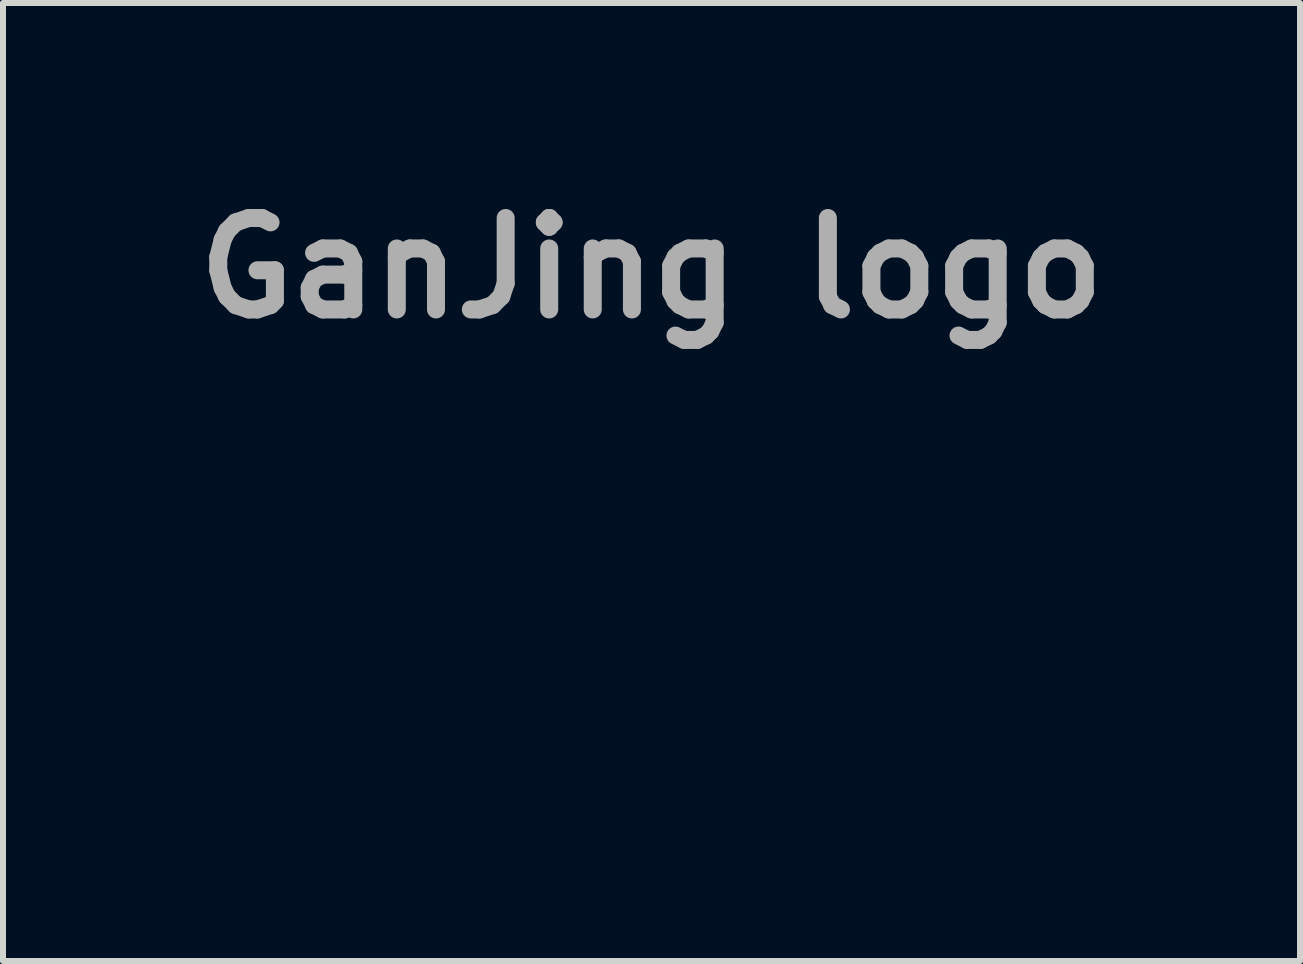
<source format=kicad_pcb>
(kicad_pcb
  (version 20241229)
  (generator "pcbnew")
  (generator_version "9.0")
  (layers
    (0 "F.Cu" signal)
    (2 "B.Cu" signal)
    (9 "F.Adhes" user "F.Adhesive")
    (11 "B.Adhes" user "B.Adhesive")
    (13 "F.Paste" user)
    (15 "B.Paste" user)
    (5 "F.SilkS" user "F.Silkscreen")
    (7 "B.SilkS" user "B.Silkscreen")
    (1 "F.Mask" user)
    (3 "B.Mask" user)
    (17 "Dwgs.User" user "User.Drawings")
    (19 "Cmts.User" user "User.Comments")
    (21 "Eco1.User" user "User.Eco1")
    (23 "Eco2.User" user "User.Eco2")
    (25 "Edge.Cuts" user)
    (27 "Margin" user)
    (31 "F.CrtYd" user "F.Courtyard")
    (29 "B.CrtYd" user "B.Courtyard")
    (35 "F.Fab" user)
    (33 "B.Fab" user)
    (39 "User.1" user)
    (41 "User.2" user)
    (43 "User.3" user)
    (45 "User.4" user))
  (footprint "GanJing logo"
    (layer "F.Cu")
    (at 7.809 6.752)
    (property "Reference" "GanJing logo" (at 0 -5.334 0) (layer "F.Fab") (effects (font (size 1.524 1.524) (thickness 0.3))))
    (attr through_hole)
    (fp_poly (pts (xy 2.287 -0.125) (xy 2.287 -0.117) (xy 2.274 -0.101) (xy 2.254 -0.082) (xy 2.241 -0.076) (xy 2.232 -0.086) (xy 2.23 -0.101) (xy 2.237 -0.12) (xy 2.261 -0.126) (xy 2.264 -0.126) (xy 2.287 -0.125)) (stroke (width 0.01) (type solid)) (fill yes) (layer "F.Mask"))
    (fp_poly (pts (xy 2.415 -0.156) (xy 2.402 -0.128) (xy 2.38 -0.092) (xy 2.354 -0.054) (xy 2.328 -0.019) (xy 2.325 -0.016) (xy 2.292 0.02) (xy 2.273 0.036) (xy 2.268 0.034) (xy 2.277 0.016) (xy 2.299 -0.019) (xy 2.333 -0.067) (xy 2.334 -0.068) (xy 2.367 -0.111) (xy 2.394 -0.145) (xy 2.411 -0.165) (xy 2.417 -0.17) (xy 2.415 -0.156)) (stroke (width 0.01) (type solid)) (fill yes) (layer "F.Mask"))
    (fp_poly (pts (xy 5.158 -2.736) (xy 5.237 -2.703) (xy 5.301 -2.652) (xy 5.348 -2.583) (xy 5.354 -2.568) (xy 5.373 -2.494) (xy 5.37 -2.418) (xy 5.345 -2.346) (xy 5.301 -2.281) (xy 5.239 -2.227) (xy 5.191 -2.201) (xy 5.144 -2.186) (xy 5.08 -2.176) (xy 5.006 -2.171) (xy 4.93 -2.171) (xy 4.86 -2.176) (xy 4.818 -2.184) (xy 4.777 -2.195) (xy 4.746 -2.207) (xy 4.736 -2.213) (xy 4.713 -2.227) (xy 4.679 -2.244) (xy 4.669 -2.248) (xy 4.625 -2.27) (xy 4.582 -2.297) (xy 4.577 -2.3) (xy 4.549 -2.327) (xy 4.537 -2.355) (xy 4.536 -2.38) (xy 4.545 -2.432) (xy 4.569 -2.493) (xy 4.605 -2.556) (xy 4.649 -2.613) (xy 4.672 -2.636) (xy 4.709 -2.667) (xy 4.745 -2.689) (xy 4.791 -2.707) (xy 4.835 -2.72) (xy 4.956 -2.744) (xy 5.064 -2.75) (xy 5.158 -2.736)) (stroke (width 0.01) (type solid)) (fill yes) (layer "F.Mask"))
    (fp_poly (pts (xy 4.077 -2.674) (xy 4.108 -2.659) (xy 4.14 -2.631) (xy 4.146 -2.624) (xy 4.182 -2.578) (xy 4.206 -2.525) (xy 4.223 -2.458) (xy 4.229 -2.413) (xy 4.237 -2.368) (xy 4.249 -2.328) (xy 4.254 -2.316) (xy 4.267 -2.28) (xy 4.271 -2.251) (xy 4.278 -2.221) (xy 4.29 -2.205) (xy 4.306 -2.183) (xy 4.321 -2.149) (xy 4.323 -2.142) (xy 4.33 -2.113) (xy 4.328 -2.086) (xy 4.316 -2.053) (xy 4.304 -2.027) (xy 4.247 -1.931) (xy 4.172 -1.853) (xy 4.079 -1.792) (xy 3.967 -1.745) (xy 3.966 -1.745) (xy 3.884 -1.722) (xy 3.819 -1.71) (xy 3.766 -1.708) (xy 3.724 -1.715) (xy 3.651 -1.743) (xy 3.591 -1.789) (xy 3.545 -1.854) (xy 3.511 -1.94) (xy 3.488 -2.047) (xy 3.484 -2.08) (xy 3.485 -2.169) (xy 3.503 -2.264) (xy 3.537 -2.358) (xy 3.584 -2.445) (xy 3.637 -2.512) (xy 3.711 -2.575) (xy 3.796 -2.626) (xy 3.885 -2.662) (xy 3.973 -2.68) (xy 4.035 -2.68) (xy 4.077 -2.674)) (stroke (width 0.01) (type solid)) (fill yes) (layer "F.Mask"))
    (fp_poly (pts (xy 1.002 -1.568) (xy 1.062 -1.545) (xy 1.11 -1.506) (xy 1.148 -1.449) (xy 1.177 -1.372) (xy 1.197 -1.273) (xy 1.209 -1.153) (xy 1.215 -1.088) (xy 1.221 -1.029) (xy 1.227 -0.983) (xy 1.233 -0.955) (xy 1.234 -0.953) (xy 1.244 -0.915) (xy 1.247 -0.886) (xy 1.252 -0.858) (xy 1.263 -0.816) (xy 1.278 -0.768) (xy 1.28 -0.764) (xy 1.299 -0.705) (xy 1.306 -0.657) (xy 1.3 -0.611) (xy 1.282 -0.558) (xy 1.265 -0.521) (xy 1.208 -0.429) (xy 1.133 -0.349) (xy 1.044 -0.284) (xy 0.944 -0.236) (xy 0.838 -0.208) (xy 0.731 -0.201) (xy 0.705 -0.203) (xy 0.604 -0.225) (xy 0.518 -0.267) (xy 0.446 -0.33) (xy 0.392 -0.411) (xy 0.362 -0.483) (xy 0.35 -0.526) (xy 0.342 -0.567) (xy 0.337 -0.612) (xy 0.335 -0.669) (xy 0.335 -0.743) (xy 0.341 -0.878) (xy 0.358 -0.993) (xy 0.387 -1.095) (xy 0.431 -1.187) (xy 0.491 -1.275) (xy 0.569 -1.364) (xy 0.584 -1.379) (xy 0.668 -1.456) (xy 0.743 -1.513) (xy 0.813 -1.551) (xy 0.88 -1.571) (xy 0.929 -1.575) (xy 1.002 -1.568)) (stroke (width 0.01) (type solid)) (fill yes) (layer "F.Mask"))
    (fp_poly (pts (xy 1.926 -3.083) (xy 2.027 -3.063) (xy 2.087 -3.045) (xy 2.158 -3.019) (xy 2.233 -2.988) (xy 2.304 -2.955) (xy 2.365 -2.924) (xy 2.404 -2.9) (xy 2.436 -2.864) (xy 2.463 -2.81) (xy 2.483 -2.745) (xy 2.495 -2.675) (xy 2.498 -2.606) (xy 2.491 -2.546) (xy 2.479 -2.512) (xy 2.448 -2.469) (xy 2.402 -2.425) (xy 2.352 -2.388) (xy 2.326 -2.374) (xy 2.302 -2.365) (xy 2.257 -2.351) (xy 2.198 -2.332) (xy 2.129 -2.312) (xy 2.063 -2.293) (xy 1.978 -2.268) (xy 1.902 -2.243) (xy 1.838 -2.22) (xy 1.791 -2.2) (xy 1.776 -2.192) (xy 1.736 -2.171) (xy 1.7 -2.158) (xy 1.683 -2.154) (xy 1.664 -2.158) (xy 1.654 -2.173) (xy 1.647 -2.206) (xy 1.646 -2.211) (xy 1.635 -2.263) (xy 1.613 -2.314) (xy 1.579 -2.37) (xy 1.53 -2.435) (xy 1.512 -2.457) (xy 1.454 -2.53) (xy 1.415 -2.591) (xy 1.393 -2.641) (xy 1.386 -2.681) (xy 1.393 -2.72) (xy 1.413 -2.77) (xy 1.442 -2.828) (xy 1.477 -2.885) (xy 1.513 -2.935) (xy 1.536 -2.961) (xy 1.617 -3.025) (xy 1.709 -3.067) (xy 1.812 -3.086) (xy 1.926 -3.083)) (stroke (width 0.01) (type solid)) (fill yes) (layer "F.Mask"))
    (fp_poly (pts (xy 6.103 -4.118) (xy 6.158 -4.091) (xy 6.198 -4.061) (xy 6.239 -4.013) (xy 6.273 -3.951) (xy 6.294 -3.884) (xy 6.3 -3.838) (xy 6.29 -3.759) (xy 6.262 -3.687) (xy 6.22 -3.624) (xy 6.166 -3.578) (xy 6.112 -3.553) (xy 6.076 -3.546) (xy 6.045 -3.547) (xy 6.007 -3.557) (xy 5.986 -3.565) (xy 5.842 -3.607) (xy 5.69 -3.63) (xy 5.529 -3.635) (xy 5.355 -3.621) (xy 5.166 -3.588) (xy 5.143 -3.583) (xy 4.957 -3.534) (xy 4.758 -3.469) (xy 4.549 -3.387) (xy 4.336 -3.292) (xy 4.121 -3.185) (xy 4.032 -3.137) (xy 3.931 -3.082) (xy 3.838 -3.032) (xy 3.753 -2.987) (xy 3.682 -2.95) (xy 3.626 -2.922) (xy 3.589 -2.905) (xy 3.589 -2.905) (xy 3.558 -2.894) (xy 3.54 -2.895) (xy 3.521 -2.911) (xy 3.516 -2.916) (xy 3.498 -2.94) (xy 3.494 -2.958) (xy 3.495 -2.958) (xy 3.51 -2.972) (xy 3.543 -2.997) (xy 3.59 -3.03) (xy 3.647 -3.069) (xy 3.711 -3.111) (xy 3.779 -3.154) (xy 3.846 -3.195) (xy 3.879 -3.215) (xy 3.965 -3.265) (xy 4.07 -3.321) (xy 4.187 -3.382) (xy 4.311 -3.445) (xy 4.437 -3.506) (xy 4.559 -3.563) (xy 4.672 -3.614) (xy 4.674 -3.615) (xy 4.747 -3.647) (xy 4.834 -3.686) (xy 4.929 -3.729) (xy 5.023 -3.771) (xy 5.096 -3.805) (xy 5.23 -3.866) (xy 5.343 -3.918) (xy 5.439 -3.961) (xy 5.52 -3.996) (xy 5.588 -4.025) (xy 5.646 -4.048) (xy 5.698 -4.066) (xy 5.744 -4.081) (xy 5.789 -4.093) (xy 5.834 -4.104) (xy 5.877 -4.113) (xy 5.967 -4.128) (xy 6.041 -4.13) (xy 6.103 -4.118)) (stroke (width 0.01) (type solid)) (fill yes) (layer "F.Mask"))
    (fp_poly (pts (xy 2.163 0.033) (xy 2.151 0.063) (xy 2.131 0.099) (xy 2.104 0.134) (xy 2.09 0.149) (xy 2.047 0.192) (xy 2.1 0.165) (xy 2.133 0.149) (xy 2.155 0.14) (xy 2.159 0.139) (xy 2.157 0.149) (xy 2.145 0.18) (xy 2.124 0.226) (xy 2.097 0.286) (xy 2.064 0.356) (xy 2.026 0.434) (xy 1.986 0.515) (xy 1.945 0.598) (xy 1.922 0.643) (xy 1.848 0.795) (xy 1.79 0.933) (xy 1.748 1.059) (xy 1.72 1.177) (xy 1.705 1.29) (xy 1.703 1.401) (xy 1.703 1.41) (xy 1.706 1.459) (xy 1.71 1.498) (xy 1.72 1.534) (xy 1.736 1.574) (xy 1.76 1.627) (xy 1.772 1.651) (xy 1.824 1.762) (xy 1.862 1.856) (xy 1.885 1.934) (xy 1.894 1.999) (xy 1.895 2.01) (xy 1.886 2.071) (xy 1.861 2.142) (xy 1.822 2.216) (xy 1.775 2.289) (xy 1.721 2.353) (xy 1.666 2.404) (xy 1.619 2.433) (xy 1.555 2.451) (xy 1.481 2.455) (xy 1.406 2.444) (xy 1.371 2.433) (xy 1.274 2.381) (xy 1.184 2.306) (xy 1.102 2.207) (xy 1.027 2.086) (xy 1.008 2.047) (xy 0.964 1.949) (xy 0.93 1.849) (xy 0.902 1.74) (xy 0.879 1.614) (xy 0.876 1.594) (xy 0.864 1.502) (xy 0.858 1.431) (xy 0.859 1.376) (xy 0.867 1.334) (xy 0.882 1.301) (xy 0.882 1.301) (xy 0.901 1.272) (xy 0.916 1.262) (xy 0.937 1.271) (xy 0.958 1.286) (xy 0.995 1.308) (xy 1.043 1.333) (xy 1.092 1.355) (xy 1.135 1.37) (xy 1.155 1.376) (xy 1.166 1.374) (xy 1.178 1.366) (xy 1.194 1.349) (xy 1.215 1.32) (xy 1.244 1.277) (xy 1.282 1.217) (xy 1.33 1.139) (xy 1.345 1.114) (xy 1.459 0.932) (xy 1.569 0.76) (xy 1.673 0.602) (xy 1.77 0.461) (xy 1.859 0.338) (xy 1.872 0.321) (xy 1.915 0.266) (xy 1.963 0.209) (xy 2.011 0.154) (xy 2.057 0.104) (xy 2.098 0.062) (xy 2.131 0.032) (xy 2.153 0.016) (xy 2.161 0.015) (xy 2.163 0.033)) (stroke (width 0.01) (type solid)) (fill yes) (layer "F.Mask"))
    (fp_poly (pts (xy -1.905 -2.003) (xy -1.864 -1.992) (xy -1.771 -1.953) (xy -1.699 -1.9) (xy -1.649 -1.836) (xy -1.62 -1.759) (xy -1.614 -1.671) (xy -1.618 -1.632) (xy -1.622 -1.611) (xy -1.628 -1.594) (xy -1.639 -1.577) (xy -1.658 -1.558) (xy -1.689 -1.534) (xy -1.735 -1.502) (xy -1.798 -1.459) (xy -1.8 -1.457) (xy -2.114 -1.237) (xy -2.408 -1.017) (xy -2.686 -0.792) (xy -2.954 -0.558) (xy -3.217 -0.312) (xy -3.314 -0.217) (xy -3.393 -0.137) (xy -3.456 -0.074) (xy -3.504 -0.025) (xy -3.537 0.011) (xy -3.558 0.036) (xy -3.567 0.051) (xy -3.566 0.057) (xy -3.559 0.057) (xy -3.514 0.043) (xy -3.453 0.016) (xy -3.378 -0.021) (xy -3.295 -0.066) (xy -3.206 -0.118) (xy -3.162 -0.145) (xy -3.016 -0.231) (xy -2.875 -0.305) (xy -2.741 -0.365) (xy -2.617 -0.41) (xy -2.505 -0.44) (xy -2.408 -0.453) (xy -2.387 -0.454) (xy -2.344 -0.451) (xy -2.315 -0.442) (xy -2.288 -0.421) (xy -2.282 -0.416) (xy -2.249 -0.367) (xy -2.228 -0.299) (xy -2.219 -0.211) (xy -2.219 -0.138) (xy -2.223 -0.081) (xy -2.229 -0.041) (xy -2.241 -0.007) (xy -2.261 0.031) (xy -2.268 0.043) (xy -2.306 0.098) (xy -2.36 0.162) (xy -2.426 0.232) (xy -2.498 0.301) (xy -2.56 0.356) (xy -2.606 0.401) (xy -2.66 0.466) (xy -2.719 0.545) (xy -2.78 0.636) (xy -2.842 0.733) (xy -2.902 0.834) (xy -2.957 0.933) (xy -3.006 1.028) (xy -3.044 1.114) (xy -3.066 1.172) (xy -3.095 1.279) (xy -3.113 1.389) (xy -3.121 1.495) (xy -3.115 1.589) (xy -3.114 1.601) (xy -3.088 1.701) (xy -3.047 1.785) (xy -2.988 1.852) (xy -2.912 1.904) (xy -2.817 1.941) (xy -2.702 1.965) (xy -2.589 1.975) (xy -2.518 1.977) (xy -2.463 1.976) (xy -2.413 1.971) (xy -2.36 1.961) (xy -2.301 1.948) (xy -2.126 1.899) (xy -1.973 1.844) (xy -1.842 1.782) (xy -1.735 1.714) (xy -1.652 1.64) (xy -1.636 1.62) (xy -1.592 1.555) (xy -1.557 1.477) (xy -1.534 1.399) (xy -1.531 1.379) (xy -1.53 1.314) (xy -1.54 1.235) (xy -1.561 1.152) (xy -1.589 1.072) (xy -1.594 1.061) (xy -1.627 0.987) (xy -1.602 0.919) (xy -1.546 0.742) (xy -1.511 0.571) (xy -1.495 0.4) (xy -1.494 0.357) (xy -1.493 0.304) (xy -1.492 0.263) (xy -1.491 0.237) (xy -1.49 0.232) (xy -1.483 0.244) (xy -1.468 0.274) (xy -1.447 0.316) (xy -1.43 0.351) (xy -1.367 0.47) (xy -1.301 0.572) (xy -1.224 0.667) (xy -1.189 0.706) (xy -1.107 0.792) (xy -1.111 1.092) (xy -1.112 1.188) (xy -1.114 1.261) (xy -1.116 1.318) (xy -1.119 1.36) (xy -1.123 1.392) (xy -1.129 1.417) (xy -1.136 1.439) (xy -1.145 1.462) (xy -1.208 1.581) (xy -1.292 1.702) (xy -1.394 1.82) (xy -1.509 1.933) (xy -1.635 2.036) (xy -1.764 2.124) (xy -1.965 2.234) (xy -2.166 2.319) (xy -2.367 2.381) (xy -2.571 2.417) (xy -2.777 2.431) (xy -2.801 2.431) (xy -2.881 2.429) (xy -2.945 2.425) (xy -2.999 2.418) (xy -3.054 2.406) (xy -3.081 2.399) (xy -3.183 2.366) (xy -3.283 2.324) (xy -3.377 2.276) (xy -3.457 2.225) (xy -3.514 2.178) (xy -3.585 2.092) (xy -3.634 1.996) (xy -3.66 1.894) (xy -3.663 1.866) (xy -3.664 1.771) (xy -3.652 1.658) (xy -3.631 1.533) (xy -3.6 1.401) (xy -3.561 1.266) (xy -3.539 1.201) (xy -3.517 1.143) (xy -3.489 1.072) (xy -3.457 0.995) (xy -3.422 0.915) (xy -3.388 0.837) (xy -3.355 0.765) (xy -3.326 0.705) (xy -3.303 0.66) (xy -3.292 0.641) (xy -3.277 0.613) (xy -3.259 0.573) (xy -3.241 0.527) (xy -3.225 0.481) (xy -3.212 0.441) (xy -3.206 0.413) (xy -3.207 0.405) (xy -3.224 0.404) (xy -3.26 0.416) (xy -3.31 0.44) (xy -3.371 0.474) (xy -3.442 0.517) (xy -3.52 0.566) (xy -3.6 0.62) (xy -3.661 0.663) (xy -3.794 0.755) (xy -3.927 0.837) (xy -4.055 0.908) (xy -4.174 0.965) (xy -4.283 1.007) (xy -4.344 1.026) (xy -4.428 1.043) (xy -4.502 1.052) (xy -4.563 1.054) (xy -4.606 1.046) (xy -4.618 1.04) (xy -4.635 1.025) (xy -4.645 1.004) (xy -4.647 0.974) (xy -4.642 0.933) (xy -4.629 0.877) (xy -4.607 0.803) (xy -4.577 0.709) (xy -4.577 0.708) (xy -4.551 0.63) (xy -4.531 0.573) (xy -4.516 0.533) (xy -4.503 0.506) (xy -4.491 0.488) (xy -4.477 0.476) (xy -4.461 0.467) (xy -4.458 0.465) (xy -4.414 0.448) (xy -4.365 0.435) (xy -4.357 0.433) (xy -4.303 0.419) (xy -4.235 0.391) (xy -4.16 0.354) (xy -4.084 0.31) (xy -4.012 0.263) (xy -3.975 0.235) (xy -3.945 0.209) (xy -3.9 0.168) (xy -3.843 0.113) (xy -3.774 0.046) (xy -3.696 -0.029) (xy -3.613 -0.112) (xy -3.525 -0.199) (xy -3.445 -0.279) (xy -3.322 -0.405) (xy -3.204 -0.526) (xy -3.093 -0.642) (xy -2.991 -0.75) (xy -2.898 -0.851) (xy -2.816 -0.942) (xy -2.746 -1.021) (xy -2.689 -1.089) (xy -2.646 -1.143) (xy -2.619 -1.182) (xy -2.608 -1.205) (xy -2.608 -1.206) (xy -2.609 -1.223) (xy -2.614 -1.231) (xy -2.629 -1.232) (xy -2.657 -1.225) (xy -2.703 -1.209) (xy -2.721 -1.203) (xy -2.778 -1.185) (xy -2.838 -1.17) (xy -2.904 -1.156) (xy -2.981 -1.143) (xy -3.073 -1.13) (xy -3.184 -1.116) (xy -3.251 -1.109) (xy -3.333 -1.099) (xy -3.414 -1.089) (xy -3.487 -1.08) (xy -3.545 -1.071) (xy -3.583 -1.065) (xy -3.669 -1.049) (xy -3.664 -1.151) (xy -3.659 -1.212) (xy -3.649 -1.259) (xy -3.633 -1.3) (xy -3.622 -1.321) (xy -3.567 -1.4) (xy -3.489 -1.478) (xy -3.391 -1.554) (xy -3.275 -1.626) (xy -3.144 -1.691) (xy -3.097 -1.712) (xy -3.045 -1.732) (xy -2.981 -1.755) (xy -2.908 -1.781) (xy -2.831 -1.807) (xy -2.753 -1.833) (xy -2.679 -1.856) (xy -2.614 -1.876) (xy -2.56 -1.892) (xy -2.523 -1.901) (xy -2.51 -1.902) (xy -2.486 -1.908) (xy -2.448 -1.921) (xy -2.404 -1.94) (xy -2.274 -1.991) (xy -2.149 -2.018) (xy -2.027 -2.022) (xy -1.905 -2.003)) (stroke (width 0.01) (type solid)) (fill yes) (layer "F.Mask"))
    (fp_poly (pts (xy 6.346 -3.105) (xy 6.392 -3.104) (xy 6.424 -3.1) (xy 6.449 -3.093) (xy 6.473 -3.081) (xy 6.495 -3.068) (xy 6.553 -3.018) (xy 6.595 -2.953) (xy 6.62 -2.878) (xy 6.626 -2.8) (xy 6.612 -2.723) (xy 6.609 -2.716) (xy 6.574 -2.655) (xy 6.519 -2.6) (xy 6.448 -2.552) (xy 6.368 -2.516) (xy 6.283 -2.495) (xy 6.254 -2.49) (xy 6.227 -2.484) (xy 6.197 -2.474) (xy 6.161 -2.46) (xy 6.115 -2.439) (xy 6.056 -2.411) (xy 5.98 -2.373) (xy 5.941 -2.353) (xy 5.635 -2.188) (xy 5.348 -2.008) (xy 5.08 -1.811) (xy 4.951 -1.706) (xy 4.878 -1.642) (xy 4.822 -1.594) (xy 4.782 -1.558) (xy 4.757 -1.534) (xy 4.745 -1.519) (xy 4.744 -1.513) (xy 4.747 -1.512) (xy 4.772 -1.515) (xy 4.817 -1.523) (xy 4.878 -1.536) (xy 4.95 -1.552) (xy 5.028 -1.571) (xy 5.109 -1.591) (xy 5.188 -1.612) (xy 5.26 -1.632) (xy 5.266 -1.634) (xy 5.349 -1.659) (xy 5.445 -1.69) (xy 5.545 -1.723) (xy 5.639 -1.756) (xy 5.678 -1.771) (xy 5.825 -1.822) (xy 5.953 -1.858) (xy 6.067 -1.881) (xy 6.169 -1.889) (xy 6.262 -1.884) (xy 6.35 -1.865) (xy 6.434 -1.833) (xy 6.447 -1.826) (xy 6.524 -1.778) (xy 6.587 -1.715) (xy 6.641 -1.631) (xy 6.657 -1.6) (xy 6.673 -1.564) (xy 6.685 -1.531) (xy 6.692 -1.497) (xy 6.697 -1.453) (xy 6.701 -1.395) (xy 6.703 -1.354) (xy 6.708 -1.271) (xy 6.716 -1.209) (xy 6.728 -1.162) (xy 6.746 -1.126) (xy 6.772 -1.097) (xy 6.795 -1.079) (xy 6.809 -1.07) (xy 6.825 -1.063) (xy 6.848 -1.058) (xy 6.88 -1.054) (xy 6.926 -1.051) (xy 6.989 -1.048) (xy 7.073 -1.046) (xy 7.092 -1.046) (xy 7.354 -1.039) (xy 7.416 -1.002) (xy 7.473 -0.954) (xy 7.514 -0.895) (xy 7.539 -0.828) (xy 7.548 -0.758) (xy 7.539 -0.69) (xy 7.511 -0.63) (xy 7.482 -0.597) (xy 7.43 -0.56) (xy 7.361 -0.526) (xy 7.28 -0.498) (xy 7.232 -0.486) (xy 7.051 -0.44) (xy 6.89 -0.388) (xy 6.747 -0.328) (xy 6.63 -0.266) (xy 6.557 -0.218) (xy 6.485 -0.161) (xy 6.42 -0.099) (xy 6.367 -0.039) (xy 6.338 0.003) (xy 6.303 0.064) (xy 6.351 0.161) (xy 6.393 0.254) (xy 6.418 0.333) (xy 6.428 0.4) (xy 6.422 0.46) (xy 6.401 0.518) (xy 6.372 0.565) (xy 6.327 0.617) (xy 6.261 0.673) (xy 6.18 0.728) (xy 6.09 0.78) (xy 5.994 0.825) (xy 5.929 0.851) (xy 5.854 0.889) (xy 5.792 0.945) (xy 5.74 1.021) (xy 5.699 1.117) (xy 5.668 1.235) (xy 5.646 1.376) (xy 5.646 1.38) (xy 5.616 1.606) (xy 5.575 1.822) (xy 5.525 2.025) (xy 5.466 2.21) (xy 5.416 2.335) (xy 5.364 2.445) (xy 5.308 2.542) (xy 5.242 2.633) (xy 5.161 2.725) (xy 5.109 2.779) (xy 4.986 2.896) (xy 4.87 2.993) (xy 4.759 3.071) (xy 4.649 3.133) (xy 4.545 3.177) (xy 4.478 3.199) (xy 4.429 3.21) (xy 4.391 3.21) (xy 4.359 3.197) (xy 4.328 3.172) (xy 4.322 3.165) (xy 4.28 3.108) (xy 4.257 3.036) (xy 4.252 2.95) (xy 4.267 2.849) (xy 4.3 2.731) (xy 4.306 2.714) (xy 4.328 2.658) (xy 4.352 2.617) (xy 4.384 2.586) (xy 4.429 2.559) (xy 4.493 2.532) (xy 4.496 2.531) (xy 4.532 2.519) (xy 4.571 2.51) (xy 4.62 2.503) (xy 4.684 2.498) (xy 4.751 2.495) (xy 4.823 2.492) (xy 4.877 2.489) (xy 4.916 2.484) (xy 4.947 2.476) (xy 4.976 2.466) (xy 5.009 2.451) (xy 5.015 2.447) (xy 5.083 2.405) (xy 5.133 2.353) (xy 5.168 2.287) (xy 5.184 2.242) (xy 5.213 2.118) (xy 5.234 1.983) (xy 5.247 1.84) (xy 5.251 1.697) (xy 5.247 1.557) (xy 5.234 1.429) (xy 5.213 1.316) (xy 5.203 1.279) (xy 5.172 1.203) (xy 5.132 1.139) (xy 5.087 1.092) (xy 5.062 1.076) (xy 5.023 1.063) (xy 4.968 1.058) (xy 4.897 1.062) (xy 4.808 1.073) (xy 4.7 1.094) (xy 4.572 1.122) (xy 4.422 1.16) (xy 4.315 1.189) (xy 4.198 1.221) (xy 4.102 1.246) (xy 4.023 1.266) (xy 3.957 1.28) (xy 3.9 1.291) (xy 3.85 1.298) (xy 3.802 1.302) (xy 3.752 1.304) (xy 3.71 1.304) (xy 3.627 1.302) (xy 3.563 1.295) (xy 3.513 1.28) (xy 3.472 1.256) (xy 3.433 1.222) (xy 3.417 1.204) (xy 3.374 1.138) (xy 3.354 1.065) (xy 3.36 0.989) (xy 3.381 0.926) (xy 3.423 0.857) (xy 3.479 0.795) (xy 3.553 0.739) (xy 3.645 0.687) (xy 3.759 0.638) (xy 3.896 0.59) (xy 3.914 0.585) (xy 3.965 0.569) (xy 4.008 0.557) (xy 4.047 0.549) (xy 4.088 0.542) (xy 4.136 0.538) (xy 4.196 0.534) (xy 4.274 0.531) (xy 4.328 0.529) (xy 4.469 0.521) (xy 4.588 0.511) (xy 4.687 0.496) (xy 4.77 0.476) (xy 4.838 0.45) (xy 4.895 0.419) (xy 4.943 0.38) (xy 4.954 0.369) (xy 4.993 0.315) (xy 5.019 0.251) (xy 5.033 0.182) (xy 5.031 0.115) (xy 5.015 0.057) (xy 5.003 0.037) (xy 5.525 0.037) (xy 5.53 0.115) (xy 5.547 0.182) (xy 5.565 0.227) (xy 5.585 0.254) (xy 5.609 0.264) (xy 5.617 0.265) (xy 5.646 0.259) (xy 5.664 0.239) (xy 5.671 0.224) (xy 5.698 0.179) (xy 5.744 0.124) (xy 5.805 0.064) (xy 5.877 0.002) (xy 5.957 -0.059) (xy 6.04 -0.116) (xy 6.12 -0.164) (xy 6.149 -0.183) (xy 6.165 -0.199) (xy 6.165 -0.205) (xy 6.15 -0.217) (xy 6.12 -0.233) (xy 6.105 -0.24) (xy 6.073 -0.253) (xy 6.041 -0.257) (xy 6.002 -0.256) (xy 5.965 -0.251) (xy 5.838 -0.227) (xy 5.732 -0.192) (xy 5.647 -0.148) (xy 5.584 -0.095) (xy 5.543 -0.033) (xy 5.525 0.037) (xy 5.003 0.037) (xy 5 0.031) (xy 4.976 0.01) (xy 4.943 0.001) (xy 4.921 0) (xy 4.896 0.003) (xy 4.848 0.01) (xy 4.782 0.022) (xy 4.699 0.038) (xy 4.603 0.058) (xy 4.496 0.079) (xy 4.382 0.103) (xy 4.262 0.128) (xy 4.14 0.154) (xy 4.019 0.18) (xy 3.901 0.206) (xy 3.789 0.231) (xy 3.686 0.255) (xy 3.595 0.276) (xy 3.519 0.294) (xy 3.459 0.309) (xy 3.42 0.32) (xy 3.278 0.363) (xy 3.138 0.398) (xy 3.003 0.427) (xy 2.877 0.448) (xy 2.763 0.462) (xy 2.664 0.467) (xy 2.582 0.463) (xy 2.533 0.454) (xy 2.478 0.428) (xy 2.444 0.389) (xy 2.431 0.336) (xy 2.439 0.27) (xy 2.468 0.193) (xy 2.488 0.154) (xy 2.507 0.127) (xy 2.53 0.107) (xy 2.566 0.086) (xy 2.598 0.071) (xy 2.652 0.048) (xy 2.719 0.025) (xy 2.79 0.003) (xy 2.829 -0.006) (xy 2.888 -0.021) (xy 2.94 -0.034) (xy 2.979 -0.045) (xy 2.996 -0.051) (xy 3.015 -0.057) (xy 3.054 -0.068) (xy 3.113 -0.085) (xy 3.188 -0.105) (xy 3.276 -0.13) (xy 3.375 -0.156) (xy 3.481 -0.185) (xy 3.52 -0.195) (xy 3.651 -0.23) (xy 3.76 -0.258) (xy 3.849 -0.281) (xy 3.922 -0.298) (xy 3.98 -0.311) (xy 4.026 -0.32) (xy 4.062 -0.325) (xy 4.092 -0.328) (xy 4.102 -0.328) (xy 4.205 -0.335) (xy 4.306 -0.354) (xy 4.399 -0.383) (xy 4.479 -0.422) (xy 4.541 -0.467) (xy 4.555 -0.481) (xy 4.588 -0.534) (xy 4.6 -0.591) (xy 4.593 -0.649) (xy 4.568 -0.701) (xy 4.529 -0.744) (xy 4.477 -0.772) (xy 4.42 -0.781) (xy 4.395 -0.778) (xy 4.351 -0.769) (xy 4.291 -0.755) (xy 4.22 -0.737) (xy 4.142 -0.717) (xy 4.123 -0.712) (xy 3.973 -0.674) (xy 3.842 -0.643) (xy 3.726 -0.62) (xy 3.619 -0.603) (xy 3.519 -0.593) (xy 3.419 -0.588) (xy 3.366 -0.587) (xy 3.295 -0.587) (xy 3.244 -0.588) (xy 3.21 -0.59) (xy 3.189 -0.594) (xy 3.176 -0.601) (xy 3.168 -0.61) (xy 3.155 -0.644) (xy 3.15 -0.693) (xy 3.152 -0.747) (xy 3.163 -0.799) (xy 3.174 -0.83) (xy 3.217 -0.89) (xy 3.284 -0.953) (xy 3.376 -1.017) (xy 3.398 -1.03) (xy 5.323 -1.03) (xy 5.325 -0.995) (xy 5.33 -0.948) (xy 5.339 -0.895) (xy 5.348 -0.841) (xy 5.359 -0.793) (xy 5.369 -0.757) (xy 5.37 -0.753) (xy 5.39 -0.716) (xy 5.416 -0.683) (xy 5.444 -0.662) (xy 5.466 -0.658) (xy 5.483 -0.662) (xy 5.521 -0.672) (xy 5.578 -0.686) (xy 5.649 -0.704) (xy 5.733 -0.725) (xy 5.824 -0.747) (xy 5.863 -0.757) (xy 6.238 -0.85) (xy 6.23 -0.895) (xy 6.212 -0.956) (xy 6.182 -1.019) (xy 6.145 -1.075) (xy 6.113 -1.107) (xy 6.065 -1.142) (xy 6.02 -1.164) (xy 5.972 -1.175) (xy 5.914 -1.177) (xy 5.841 -1.172) (xy 5.774 -1.165) (xy 5.703 -1.155) (xy 5.641 -1.145) (xy 5.621 -1.141) (xy 5.567 -1.128) (xy 5.508 -1.112) (xy 5.448 -1.094) (xy 5.395 -1.076) (xy 5.353 -1.06) (xy 5.328 -1.048) (xy 5.325 -1.046) (xy 5.323 -1.03) (xy 3.398 -1.03) (xy 3.492 -1.084) (xy 3.633 -1.153) (xy 3.797 -1.223) (xy 3.984 -1.296) (xy 4.172 -1.362) (xy 4.285 -1.402) (xy 4.38 -1.439) (xy 4.465 -1.478) (xy 4.547 -1.521) (xy 4.621 -1.564) (xy 4.722 -1.63) (xy 4.836 -1.711) (xy 4.959 -1.803) (xy 5.085 -1.904) (xy 5.211 -2.009) (xy 5.332 -2.116) (xy 5.406 -2.186) (xy 5.462 -2.237) (xy 5.519 -2.287) (xy 5.571 -2.331) (xy 5.613 -2.363) (xy 5.619 -2.368) (xy 5.659 -2.398) (xy 5.783 -2.398) (xy 5.784 -2.375) (xy 5.792 -2.374) (xy 5.808 -2.388) (xy 5.827 -2.408) (xy 5.833 -2.421) (xy 5.823 -2.43) (xy 5.808 -2.432) (xy 5.789 -2.425) (xy 5.783 -2.4) (xy 5.783 -2.398) (xy 5.659 -2.398) (xy 5.665 -2.403) (xy 5.716 -2.445) (xy 5.768 -2.491) (xy 5.816 -2.536) (xy 5.858 -2.579) (xy 5.889 -2.614) (xy 5.907 -2.638) (xy 5.909 -2.645) (xy 5.902 -2.669) (xy 5.885 -2.702) (xy 5.878 -2.714) (xy 5.857 -2.751) (xy 5.848 -2.785) (xy 5.851 -2.826) (xy 5.865 -2.881) (xy 5.865 -2.882) (xy 5.898 -2.951) (xy 5.952 -3.011) (xy 6.022 -3.06) (xy 6.058 -3.076) (xy 6.094 -3.089) (xy 6.131 -3.098) (xy 6.174 -3.103) (xy 6.231 -3.105) (xy 6.282 -3.105) (xy 6.346 -3.105)) (stroke (width 0.01) (type solid)) (fill yes) (layer "F.Mask"))
    (fp_poly (pts (xy -2.414 -3.736) (xy -2.39 -3.66) (xy -2.375 -3.592) (xy -2.37 -3.516) (xy -2.371 -3.484) (xy -2.38 -3.401) (xy -2.402 -3.33) (xy -2.439 -3.265) (xy -2.496 -3.198) (xy -2.513 -3.181) (xy -2.553 -3.145) (xy -2.598 -3.109) (xy -2.644 -3.076) (xy -2.685 -3.049) (xy -2.719 -3.031) (xy -2.739 -3.026) (xy -2.742 -3.027) (xy -2.742 -3.042) (xy -2.736 -3.073) (xy -2.725 -3.113) (xy -2.712 -3.155) (xy -2.7 -3.187) (xy -2.702 -3.194) (xy -2.719 -3.185) (xy -2.749 -3.164) (xy -2.789 -3.132) (xy -2.837 -3.091) (xy -2.889 -3.043) (xy -2.944 -2.992) (xy -2.998 -2.939) (xy -3.049 -2.887) (xy -3.094 -2.838) (xy -3.201 -2.714) (xy -3.304 -2.585) (xy -3.405 -2.447) (xy -3.506 -2.299) (xy -3.607 -2.139) (xy -3.711 -1.965) (xy -3.819 -1.774) (xy -3.931 -1.564) (xy -4.05 -1.334) (xy -4.102 -1.228) (xy -4.153 -1.127) (xy -4.202 -1.032) (xy -4.246 -0.947) (xy -4.285 -0.873) (xy -4.318 -0.812) (xy -4.342 -0.769) (xy -4.358 -0.744) (xy -4.361 -0.74) (xy -4.394 -0.723) (xy -4.421 -0.718) (xy -4.438 -0.716) (xy -4.451 -0.706) (xy -4.463 -0.684) (xy -4.477 -0.645) (xy -4.485 -0.621) (xy -4.503 -0.57) (xy -4.529 -0.506) (xy -4.56 -0.437) (xy -4.589 -0.377) (xy -4.617 -0.322) (xy -4.641 -0.278) (xy -4.667 -0.238) (xy -4.697 -0.199) (xy -4.735 -0.155) (xy -4.784 -0.101) (xy -4.826 -0.057) (xy -4.899 0.022) (xy -4.955 0.088) (xy -4.996 0.143) (xy -5.024 0.191) (xy -5.042 0.236) (xy -5.05 0.28) (xy -5.051 0.328) (xy -5.051 0.33) (xy -5.05 0.361) (xy -5.052 0.386) (xy -5.059 0.406) (xy -5.076 0.426) (xy -5.103 0.448) (xy -5.146 0.474) (xy -5.205 0.509) (xy -5.247 0.532) (xy -5.341 0.591) (xy -5.423 0.651) (xy -5.49 0.71) (xy -5.539 0.766) (xy -5.557 0.795) (xy -5.57 0.832) (xy -5.579 0.877) (xy -5.582 0.921) (xy -5.579 0.956) (xy -5.569 0.976) (xy -5.569 0.977) (xy -5.553 0.976) (xy -5.518 0.967) (xy -5.467 0.953) (xy -5.406 0.934) (xy -5.36 0.92) (xy -5.165 0.854) (xy -5.068 0.876) (xy -4.942 0.913) (xy -4.836 0.963) (xy -4.773 1.004) (xy -4.712 1.051) (xy -4.778 1.119) (xy -4.744 1.176) (xy -4.719 1.235) (xy -4.714 1.288) (xy -4.731 1.331) (xy -4.751 1.351) (xy -4.768 1.361) (xy -4.79 1.368) (xy -4.822 1.374) (xy -4.869 1.379) (xy -4.934 1.383) (xy -4.991 1.387) (xy -5.151 1.398) (xy -5.287 1.416) (xy -5.402 1.439) (xy -5.498 1.468) (xy -5.574 1.504) (xy -5.634 1.547) (xy -5.658 1.571) (xy -5.698 1.618) (xy -5.69 1.795) (xy -5.685 1.874) (xy -5.678 1.96) (xy -5.668 2.04) (xy -5.659 2.104) (xy -5.635 2.236) (xy -5.664 2.294) (xy -5.712 2.37) (xy -5.775 2.439) (xy -5.846 2.495) (xy -5.92 2.535) (xy -5.98 2.552) (xy -6.031 2.56) (xy -6.071 2.47) (xy -6.102 2.394) (xy -6.126 2.321) (xy -6.142 2.246) (xy -6.153 2.163) (xy -6.159 2.066) (xy -6.161 1.95) (xy -6.161 1.943) (xy -6.161 1.87) (xy -6.163 1.807) (xy -6.164 1.757) (xy -6.166 1.725) (xy -6.169 1.713) (xy -6.183 1.717) (xy -6.219 1.726) (xy -6.271 1.74) (xy -6.337 1.757) (xy -6.414 1.778) (xy -6.497 1.801) (xy -6.584 1.825) (xy -6.67 1.849) (xy -6.753 1.872) (xy -6.828 1.893) (xy -6.893 1.911) (xy -6.936 1.923) (xy -7.069 1.956) (xy -7.188 1.974) (xy -7.29 1.976) (xy -7.374 1.962) (xy -7.44 1.933) (xy -7.458 1.92) (xy -7.486 1.886) (xy -7.496 1.846) (xy -7.487 1.796) (xy -7.462 1.738) (xy -7.439 1.699) (xy -7.407 1.656) (xy -7.371 1.613) (xy -7.335 1.576) (xy -7.304 1.549) (xy -7.281 1.537) (xy -7.28 1.537) (xy -7.248 1.529) (xy -7.198 1.507) (xy -7.134 1.472) (xy -7.057 1.426) (xy -6.969 1.369) (xy -6.878 1.307) (xy -6.577 1.307) (xy -6.565 1.31) (xy -6.532 1.304) (xy -6.477 1.29) (xy -6.401 1.266) (xy -6.35 1.249) (xy -6.167 1.189) (xy -6.164 1.123) (xy -6.163 1.087) (xy -6.165 1.063) (xy -6.168 1.058) (xy -6.184 1.065) (xy -6.218 1.083) (xy -6.265 1.111) (xy -6.322 1.146) (xy -6.381 1.183) (xy -6.433 1.215) (xy -6.486 1.248) (xy -6.53 1.273) (xy -6.533 1.275) (xy -6.566 1.295) (xy -6.577 1.307) (xy -6.878 1.307) (xy -6.873 1.304) (xy -6.771 1.231) (xy -6.665 1.153) (xy -6.619 1.118) (xy -6.526 1.051) (xy -6.432 0.989) (xy -6.341 0.936) (xy -6.26 0.896) (xy -6.241 0.888) (xy -6.2 0.87) (xy -6.177 0.854) (xy -6.166 0.837) (xy -6.164 0.822) (xy -6.163 0.804) (xy -6.169 0.791) (xy -6.187 0.78) (xy -6.221 0.767) (xy -6.255 0.756) (xy -6.303 0.74) (xy -6.331 0.728) (xy -6.345 0.716) (xy -6.35 0.701) (xy -6.35 0.693) (xy -6.347 0.658) (xy -6.338 0.616) (xy -6.322 0.567) (xy -6.297 0.508) (xy -6.264 0.436) (xy -6.22 0.349) (xy -6.165 0.247) (xy -6.098 0.125) (xy -6.081 0.094) (xy -5.961 -0.12) (xy -6.034 -0.128) (xy -6.085 -0.137) (xy -6.134 -0.149) (xy -6.156 -0.157) (xy -6.204 -0.184) (xy -6.246 -0.218) (xy -6.275 -0.254) (xy -6.287 -0.287) (xy -6.287 -0.288) (xy -6.278 -0.334) (xy -6.253 -0.386) (xy -6.218 -0.436) (xy -6.186 -0.466) (xy -6.155 -0.487) (xy -6.112 -0.512) (xy -6.062 -0.538) (xy -6.012 -0.562) (xy -5.969 -0.581) (xy -5.938 -0.591) (xy -5.93 -0.592) (xy -5.914 -0.598) (xy -5.881 -0.615) (xy -5.837 -0.639) (xy -5.808 -0.656) (xy -5.756 -0.686) (xy -5.719 -0.704) (xy -5.692 -0.712) (xy -5.668 -0.713) (xy -5.657 -0.712) (xy -5.582 -0.689) (xy -5.525 -0.65) (xy -5.486 -0.598) (xy -5.469 -0.533) (xy -5.468 -0.514) (xy -5.476 -0.421) (xy -5.503 -0.343) (xy -5.55 -0.272) (xy -5.551 -0.271) (xy -5.591 -0.22) (xy -5.634 -0.16) (xy -5.677 -0.096) (xy -5.718 -0.031) (xy -5.755 0.032) (xy -5.785 0.088) (xy -5.807 0.135) (xy -5.819 0.168) (xy -5.818 0.183) (xy -5.802 0.184) (xy -5.768 0.175) (xy -5.72 0.16) (xy -5.663 0.14) (xy -5.602 0.116) (xy -5.541 0.091) (xy -5.485 0.065) (xy -5.468 0.057) (xy -5.332 -0.017) (xy -5.217 -0.091) (xy -5.124 -0.163) (xy -5.076 -0.218) (xy -5.029 -0.292) (xy -4.985 -0.382) (xy -4.945 -0.481) (xy -4.911 -0.585) (xy -4.885 -0.689) (xy -4.868 -0.787) (xy -4.863 -0.874) (xy -4.868 -0.937) (xy -4.892 -0.996) (xy -4.935 -1.046) (xy -4.993 -1.083) (xy -5.063 -1.104) (xy -5.109 -1.108) (xy -5.176 -1.105) (xy -5.261 -1.094) (xy -5.36 -1.078) (xy -5.467 -1.057) (xy -5.577 -1.032) (xy -5.685 -1.005) (xy -5.785 -0.976) (xy -5.873 -0.947) (xy -5.897 -0.939) (xy -6.066 -0.864) (xy -6.213 -0.779) (xy -6.338 -0.682) (xy -6.441 -0.575) (xy -6.52 -0.458) (xy -6.577 -0.329) (xy -6.595 -0.269) (xy -6.613 -0.148) (xy -6.607 -0.027) (xy -6.575 0.093) (xy -6.531 0.188) (xy -6.487 0.268) (xy -6.519 0.301) (xy -6.539 0.326) (xy -6.542 0.345) (xy -6.536 0.359) (xy -6.517 0.404) (xy -6.504 0.455) (xy -6.5 0.502) (xy -6.504 0.531) (xy -6.528 0.565) (xy -6.567 0.585) (xy -6.619 0.591) (xy -6.678 0.583) (xy -6.741 0.563) (xy -6.803 0.531) (xy -6.861 0.488) (xy -6.89 0.46) (xy -6.955 0.373) (xy -7.011 0.267) (xy -7.058 0.144) (xy -7.096 0.011) (xy -7.122 -0.131) (xy -7.137 -0.275) (xy -7.14 -0.418) (xy -7.129 -0.557) (xy -7.107 -0.674) (xy -7.055 -0.836) (xy -6.978 -0.995) (xy -6.878 -1.15) (xy -6.756 -1.298) (xy -6.612 -1.44) (xy -6.47 -1.557) (xy -6.396 -1.612) (xy -6.311 -1.671) (xy -6.223 -1.73) (xy -6.138 -1.785) (xy -6.062 -1.832) (xy -6.022 -1.855) (xy -5.924 -1.918) (xy -5.849 -1.985) (xy -5.797 -2.056) (xy -5.768 -2.132) (xy -5.762 -2.168) (xy -5.754 -2.234) (xy -5.841 -2.225) (xy -5.881 -2.22) (xy -5.94 -2.21) (xy -6.012 -2.198) (xy -6.093 -2.182) (xy -6.176 -2.166) (xy -6.18 -2.165) (xy -6.322 -2.138) (xy -6.444 -2.119) (xy -6.545 -2.108) (xy -6.624 -2.105) (xy -6.68 -2.111) (xy -6.709 -2.122) (xy -6.731 -2.141) (xy -6.741 -2.158) (xy -6.732 -2.174) (xy -6.707 -2.203) (xy -6.671 -2.24) (xy -6.627 -2.283) (xy -6.579 -2.327) (xy -6.531 -2.368) (xy -6.52 -2.377) (xy -6.429 -2.446) (xy -6.33 -2.51) (xy -6.229 -2.567) (xy -6.129 -2.616) (xy -6.036 -2.654) (xy -5.954 -2.678) (xy -5.914 -2.685) (xy -5.82 -2.702) (xy -5.738 -2.733) (xy -5.675 -2.773) (xy -5.666 -2.781) (xy -5.653 -2.795) (xy -5.643 -2.809) (xy -5.637 -2.828) (xy -5.634 -2.856) (xy -5.632 -2.897) (xy -5.632 -2.958) (xy -5.632 -2.987) (xy -5.626 -3.149) (xy -5.608 -3.296) (xy -5.578 -3.426) (xy -5.538 -3.538) (xy -5.487 -3.631) (xy -5.436 -3.692) (xy -5.388 -3.725) (xy -5.339 -3.733) (xy -5.29 -3.717) (xy -5.244 -3.678) (xy -5.205 -3.622) (xy -5.196 -3.591) (xy -5.189 -3.538) (xy -5.185 -3.471) (xy -5.184 -3.392) (xy -5.186 -3.307) (xy -5.19 -3.22) (xy -5.197 -3.136) (xy -5.207 -3.059) (xy -5.212 -3.033) (xy -5.221 -2.979) (xy -5.228 -2.935) (xy -5.231 -2.906) (xy -5.231 -2.898) (xy -5.219 -2.906) (xy -5.195 -2.925) (xy -5.177 -2.941) (xy -5.09 -3.003) (xy -4.987 -3.047) (xy -4.87 -3.072) (xy -4.8 -3.077) (xy -4.72 -3.073) (xy -4.661 -3.055) (xy -4.621 -3.023) (xy -4.603 -2.979) (xy -4.607 -2.923) (xy -4.623 -2.879) (xy -4.65 -2.817) (xy -4.585 -2.752) (xy -4.521 -2.687) (xy -4.56 -2.659) (xy -4.599 -2.636) (xy -4.655 -2.607) (xy -4.724 -2.576) (xy -4.799 -2.544) (xy -4.878 -2.512) (xy -4.955 -2.484) (xy -5.026 -2.46) (xy -5.085 -2.442) (xy -5.128 -2.433) (xy -5.141 -2.432) (xy -5.175 -2.426) (xy -5.192 -2.419) (xy -5.22 -2.391) (xy -5.247 -2.344) (xy -5.27 -2.28) (xy -5.288 -2.206) (xy -5.3 -2.126) (xy -5.304 -2.05) (xy -5.312 -1.969) (xy -5.333 -1.877) (xy -5.366 -1.783) (xy -5.394 -1.722) (xy -5.443 -1.642) (xy -5.5 -1.58) (xy -5.561 -1.536) (xy -5.624 -1.514) (xy -5.651 -1.512) (xy -5.683 -1.507) (xy -5.723 -1.49) (xy -5.774 -1.459) (xy -5.789 -1.449) (xy -5.832 -1.421) (xy -5.865 -1.399) (xy -5.886 -1.387) (xy -5.89 -1.386) (xy -5.894 -1.397) (xy -5.896 -1.426) (xy -5.896 -1.447) (xy -5.896 -1.509) (xy -5.994 -1.49) (xy -6.147 -1.45) (xy -6.284 -1.391) (xy -6.405 -1.312) (xy -6.508 -1.216) (xy -6.594 -1.102) (xy -6.662 -0.971) (xy -6.711 -0.823) (xy -6.738 -0.684) (xy -6.743 -0.643) (xy -6.744 -0.615) (xy -6.742 -0.605) (xy -6.732 -0.615) (xy -6.712 -0.641) (xy -6.688 -0.677) (xy -6.687 -0.678) (xy -6.599 -0.797) (xy -6.493 -0.914) (xy -6.372 -1.025) (xy -6.24 -1.128) (xy -6.102 -1.222) (xy -5.959 -1.302) (xy -5.817 -1.368) (xy -5.679 -1.417) (xy -5.548 -1.446) (xy -5.531 -1.448) (xy -5.462 -1.459) (xy -5.384 -1.475) (xy -5.308 -1.493) (xy -5.285 -1.499) (xy -5.182 -1.528) (xy -5.098 -1.548) (xy -5.03 -1.561) (xy -4.973 -1.566) (xy -4.923 -1.566) (xy -4.89 -1.562) (xy -4.771 -1.533) (xy -4.672 -1.49) (xy -4.592 -1.43) (xy -4.53 -1.355) (xy -4.526 -1.348) (xy -4.501 -1.304) (xy -4.483 -1.262) (xy -4.47 -1.217) (xy -4.46 -1.165) (xy -4.454 -1.099) (xy -4.45 -1.015) (xy -4.449 -0.99) (xy -4.441 -0.802) (xy -4.332 -1.028) (xy -4.295 -1.104) (xy -4.251 -1.196) (xy -4.201 -1.299) (xy -4.15 -1.405) (xy -4.101 -1.51) (xy -4.07 -1.575) (xy -3.976 -1.768) (xy -3.881 -1.959) (xy -3.786 -2.146) (xy -3.692 -2.324) (xy -3.602 -2.491) (xy -3.518 -2.643) (xy -3.44 -2.776) (xy -3.418 -2.814) (xy -3.387 -2.867) (xy -3.359 -2.916) (xy -3.338 -2.954) (xy -3.33 -2.97) (xy -3.313 -3.007) (xy -3.284 -3.058) (xy -3.248 -3.12) (xy -3.207 -3.186) (xy -3.165 -3.253) (xy -3.125 -3.313) (xy -3.091 -3.362) (xy -3.079 -3.379) (xy -2.98 -3.494) (xy -2.878 -3.588) (xy -2.774 -3.661) (xy -2.67 -3.71) (xy -2.567 -3.736) (xy -2.487 -3.739) (xy -2.414 -3.736)) (stroke (width 0.01) (type solid)) (fill yes) (layer "F.Mask")))
  (gr_rect
    (start -3 -3)
    (end 18.617 12.967)
    (stroke (width 0.1) (type default))
    (fill no)
    (layer "Edge.Cuts")))
</source>
